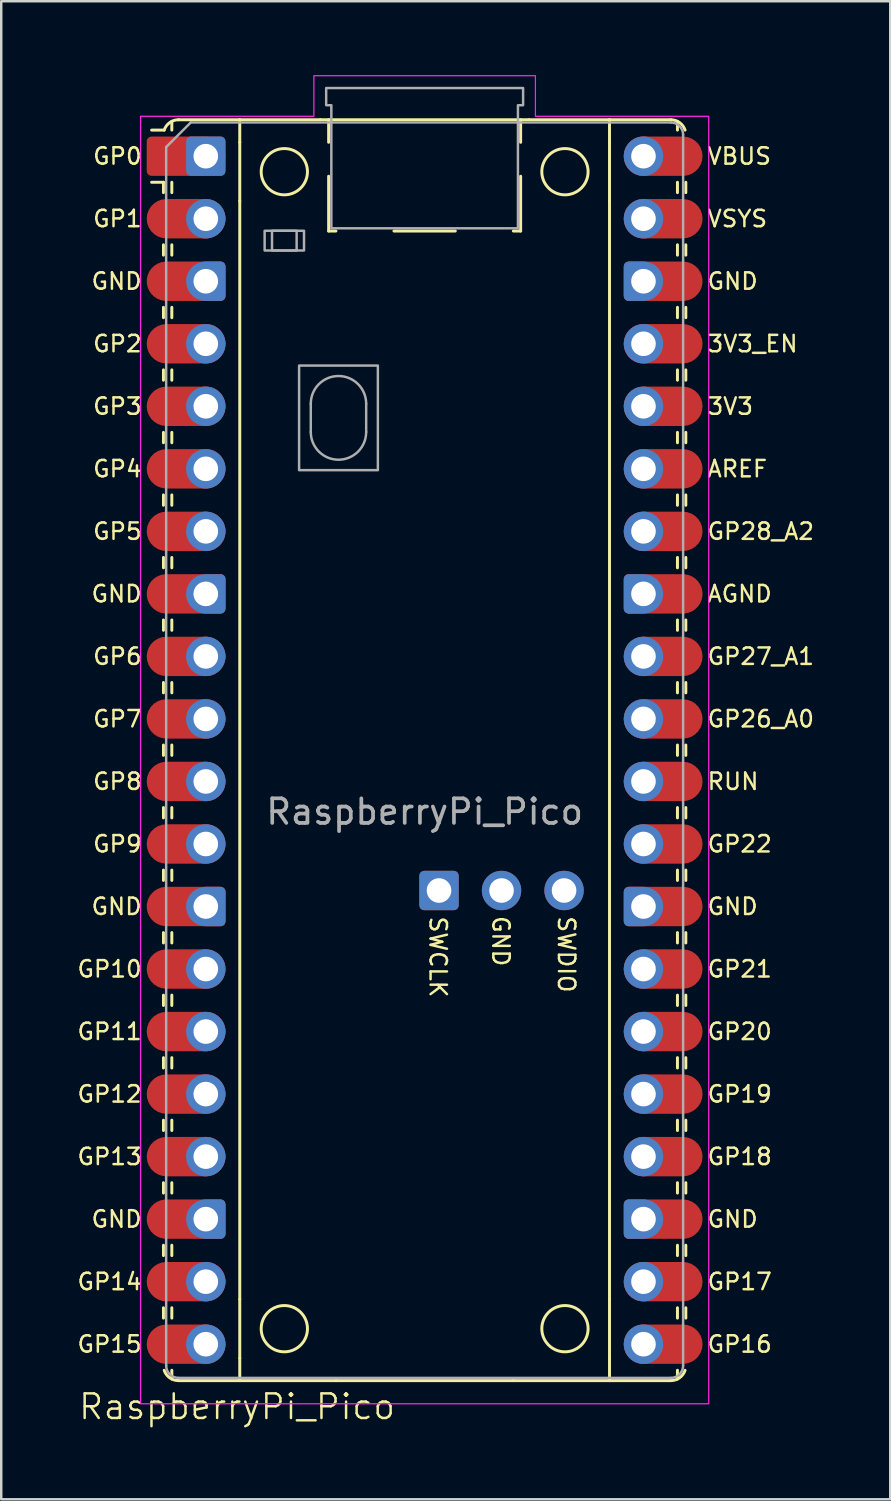
<source format=kicad_pcb>
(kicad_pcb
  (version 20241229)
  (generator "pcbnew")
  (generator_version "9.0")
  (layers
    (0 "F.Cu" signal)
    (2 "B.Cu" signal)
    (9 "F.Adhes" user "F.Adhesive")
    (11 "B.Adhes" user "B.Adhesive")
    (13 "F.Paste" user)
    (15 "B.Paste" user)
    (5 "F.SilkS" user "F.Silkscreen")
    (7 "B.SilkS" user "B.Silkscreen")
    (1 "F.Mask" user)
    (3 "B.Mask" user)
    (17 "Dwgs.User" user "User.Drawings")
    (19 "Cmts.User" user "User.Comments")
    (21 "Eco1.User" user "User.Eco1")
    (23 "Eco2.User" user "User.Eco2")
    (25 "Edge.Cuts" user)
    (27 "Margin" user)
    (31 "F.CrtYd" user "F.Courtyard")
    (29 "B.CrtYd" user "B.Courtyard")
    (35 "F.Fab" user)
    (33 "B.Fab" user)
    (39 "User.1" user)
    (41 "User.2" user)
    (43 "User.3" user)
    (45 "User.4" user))
  (footprint "RaspberryPi_Pico"
    (layer "F.Cu")
    (at 14.2 27.425)
    (property "Reference" "RaspberryPi_Pico" (at -7.62 26.67 0) (unlocked yes) (layer "F.SilkS") (effects (font (size 1 1) (thickness 0.1))))
    (attr through_hole)
    (fp_line (start -10.61 -23.07) (end -11.09 -23.07) (stroke (width 0.12) (type solid)) (layer "F.SilkS"))
    (fp_line (start -10.61 -23.07) (end -10.61 -22.65) (stroke (width 0.12) (type solid)) (layer "F.SilkS"))
    (fp_line (start -10.61 -20.53) (end -10.61 -20.11) (stroke (width 0.12) (type solid)) (layer "F.SilkS"))
    (fp_line (start -10.61 -17.99) (end -10.61 -17.57) (stroke (width 0.12) (type solid)) (layer "F.SilkS"))
    (fp_line (start -10.61 -15.45) (end -10.61 -15.03) (stroke (width 0.12) (type solid)) (layer "F.SilkS"))
    (fp_line (start -10.61 -12.91) (end -10.61 -12.49) (stroke (width 0.12) (type solid)) (layer "F.SilkS"))
    (fp_line (start -10.61 -10.37) (end -10.61 -9.95) (stroke (width 0.12) (type solid)) (layer "F.SilkS"))
    (fp_line (start -10.61 -7.83) (end -10.61 -7.41) (stroke (width 0.12) (type solid)) (layer "F.SilkS"))
    (fp_line (start -10.61 -5.29) (end -10.61 -4.87) (stroke (width 0.12) (type solid)) (layer "F.SilkS"))
    (fp_line (start -10.61 -2.75) (end -10.61 -2.33) (stroke (width 0.12) (type solid)) (layer "F.SilkS"))
    (fp_line (start -10.61 -0.21) (end -10.61 0.21) (stroke (width 0.12) (type solid)) (layer "F.SilkS"))
    (fp_line (start -10.61 2.33) (end -10.61 2.75) (stroke (width 0.12) (type solid)) (layer "F.SilkS"))
    (fp_line (start -10.61 4.87) (end -10.61 5.29) (stroke (width 0.12) (type solid)) (layer "F.SilkS"))
    (fp_line (start -10.61 7.41) (end -10.61 7.83) (stroke (width 0.12) (type solid)) (layer "F.SilkS"))
    (fp_line (start -10.61 9.95) (end -10.61 10.37) (stroke (width 0.12) (type solid)) (layer "F.SilkS"))
    (fp_line (start -10.61 12.49) (end -10.61 12.91) (stroke (width 0.12) (type solid)) (layer "F.SilkS"))
    (fp_line (start -10.61 15.03) (end -10.61 15.45) (stroke (width 0.12) (type solid)) (layer "F.SilkS"))
    (fp_line (start -10.61 17.57) (end -10.61 17.99) (stroke (width 0.12) (type solid)) (layer "F.SilkS"))
    (fp_line (start -10.61 20.11) (end -10.61 20.53) (stroke (width 0.12) (type solid)) (layer "F.SilkS"))
    (fp_line (start -10.61 22.65) (end -10.61 23.07) (stroke (width 0.12) (type solid)) (layer "F.SilkS"))
    (fp_line (start -10.58 -25.19) (end -11.09 -25.19) (stroke (width 0.12) (type solid)) (layer "F.SilkS"))
    (fp_line (start -10.27 -25.19) (end -10.27 -25.547) (stroke (width 0.12) (type solid)) (layer "F.SilkS"))
    (fp_line (start -10.27 -23.07) (end -10.27 -22.65) (stroke (width 0.12) (type solid)) (layer "F.SilkS"))
    (fp_line (start -10.27 -20.53) (end -10.27 -20.11) (stroke (width 0.12) (type solid)) (layer "F.SilkS"))
    (fp_line (start -10.27 -17.99) (end -10.27 -17.57) (stroke (width 0.12) (type solid)) (layer "F.SilkS"))
    (fp_line (start -10.27 -15.45) (end -10.27 -15.03) (stroke (width 0.12) (type solid)) (layer "F.SilkS"))
    (fp_line (start -10.27 -12.91) (end -10.27 -12.49) (stroke (width 0.12) (type solid)) (layer "F.SilkS"))
    (fp_line (start -10.27 -10.37) (end -10.27 -9.95) (stroke (width 0.12) (type solid)) (layer "F.SilkS"))
    (fp_line (start -10.27 -7.83) (end -10.27 -7.41) (stroke (width 0.12) (type solid)) (layer "F.SilkS"))
    (fp_line (start -10.27 -5.29) (end -10.27 -4.87) (stroke (width 0.12) (type solid)) (layer "F.SilkS"))
    (fp_line (start -10.27 -2.75) (end -10.27 -2.33) (stroke (width 0.12) (type solid)) (layer "F.SilkS"))
    (fp_line (start -10.27 -0.21) (end -10.27 0.21) (stroke (width 0.12) (type solid)) (layer "F.SilkS"))
    (fp_line (start -10.27 2.33) (end -10.27 2.75) (stroke (width 0.12) (type solid)) (layer "F.SilkS"))
    (fp_line (start -10.27 4.87) (end -10.27 5.29) (stroke (width 0.12) (type solid)) (layer "F.SilkS"))
    (fp_line (start -10.27 7.41) (end -10.27 7.83) (stroke (width 0.12) (type solid)) (layer "F.SilkS"))
    (fp_line (start -10.27 9.95) (end -10.27 10.37) (stroke (width 0.12) (type solid)) (layer "F.SilkS"))
    (fp_line (start -10.27 12.49) (end -10.27 12.91) (stroke (width 0.12) (type solid)) (layer "F.SilkS"))
    (fp_line (start -10.27 15.03) (end -10.27 15.45) (stroke (width 0.12) (type solid)) (layer "F.SilkS"))
    (fp_line (start -10.27 17.57) (end -10.27 17.99) (stroke (width 0.12) (type solid)) (layer "F.SilkS"))
    (fp_line (start -10.27 20.11) (end -10.27 20.53) (stroke (width 0.12) (type solid)) (layer "F.SilkS"))
    (fp_line (start -10.27 22.65) (end -10.27 23.07) (stroke (width 0.12) (type solid)) (layer "F.SilkS"))
    (fp_line (start -10.27 25.19) (end -10.27 25.547) (stroke (width 0.12) (type solid)) (layer "F.SilkS"))
    (fp_line (start -10 -25.61) (end -7.51 -25.61) (stroke (width 0.12) (type solid)) (layer "F.SilkS"))
    (fp_line (start -10 25.61) (end -3.6 25.61) (stroke (width 0.12) (type solid)) (layer "F.SilkS"))
    (fp_line (start -7.51 -25.61) (end -7.51 -24.696) (stroke (width 0.12) (type solid)) (layer "F.SilkS"))
    (fp_line (start -7.51 -25.61) (end -4.235 -25.61) (stroke (width 0.12) (type solid)) (layer "F.SilkS"))
    (fp_line (start -7.51 -24.696) (end -7.51 -22.304) (stroke (width 0.12) (type solid)) (layer "F.SilkS"))
    (fp_line (start -7.51 -22.304) (end -7.51 22.304) (stroke (width 0.12) (type solid)) (layer "F.SilkS"))
    (fp_line (start -7.51 22.304) (end -7.51 24.696) (stroke (width 0.12) (type solid)) (layer "F.SilkS"))
    (fp_line (start -7.51 24.696) (end -7.51 25.61) (stroke (width 0.12) (type solid)) (layer "F.SilkS"))
    (fp_line (start -4.235 -25.61) (end 4.235 -25.61) (stroke (width 0.12) (type solid)) (layer "F.SilkS"))
    (fp_line (start -3.9 -25.61) (end -3.9 -24.694) (stroke (width 0.12) (type solid)) (layer "F.SilkS"))
    (fp_line (start -3.9 -23.315) (end -3.9 -21.09) (stroke (width 0.12) (type solid)) (layer "F.SilkS"))
    (fp_line (start -3.9 -21.09) (end -3.604 -21.09) (stroke (width 0.12) (type solid)) (layer "F.SilkS"))
    (fp_line (start -1.246 -21.09) (end 1.246 -21.09) (stroke (width 0.12) (type solid)) (layer "F.SilkS"))
    (fp_line (start 3.6 25.61) (end -3.6 25.61) (stroke (width 0.12) (type solid)) (layer "F.SilkS"))
    (fp_line (start 3.6 25.61) (end 10 25.61) (stroke (width 0.12) (type solid)) (layer "F.SilkS"))
    (fp_line (start 3.604 -21.09) (end 3.9 -21.09) (stroke (width 0.12) (type solid)) (layer "F.SilkS"))
    (fp_line (start 3.9 -25.61) (end 3.9 -24.694) (stroke (width 0.12) (type solid)) (layer "F.SilkS"))
    (fp_line (start 3.9 -23.315) (end 3.9 -21.09) (stroke (width 0.12) (type solid)) (layer "F.SilkS"))
    (fp_line (start 4.235 -25.61) (end 7.51 -25.61) (stroke (width 0.12) (type solid)) (layer "F.SilkS"))
    (fp_line (start 7.51 -25.61) (end 7.51 -24.696) (stroke (width 0.12) (type solid)) (layer "F.SilkS"))
    (fp_line (start 7.51 -24.696) (end 7.51 -22.304) (stroke (width 0.12) (type solid)) (layer "F.SilkS"))
    (fp_line (start 7.51 -22.304) (end 7.51 22.304) (stroke (width 0.12) (type solid)) (layer "F.SilkS"))
    (fp_line (start 7.51 22.304) (end 7.51 24.696) (stroke (width 0.12) (type solid)) (layer "F.SilkS"))
    (fp_line (start 7.51 24.696) (end 7.51 25.61) (stroke (width 0.12) (type solid)) (layer "F.SilkS"))
    (fp_line (start 10 -25.61) (end 7.51 -25.61) (stroke (width 0.12) (type solid)) (layer "F.SilkS"))
    (fp_line (start 10.27 -25.19) (end 10.27 -25.547) (stroke (width 0.12) (type solid)) (layer "F.SilkS"))
    (fp_line (start 10.27 -23.07) (end 10.27 -22.65) (stroke (width 0.12) (type solid)) (layer "F.SilkS"))
    (fp_line (start 10.27 -20.53) (end 10.27 -20.11) (stroke (width 0.12) (type solid)) (layer "F.SilkS"))
    (fp_line (start 10.27 -17.99) (end 10.27 -17.57) (stroke (width 0.12) (type solid)) (layer "F.SilkS"))
    (fp_line (start 10.27 -15.45) (end 10.27 -15.03) (stroke (width 0.12) (type solid)) (layer "F.SilkS"))
    (fp_line (start 10.27 -12.91) (end 10.27 -12.49) (stroke (width 0.12) (type solid)) (layer "F.SilkS"))
    (fp_line (start 10.27 -10.37) (end 10.27 -9.95) (stroke (width 0.12) (type solid)) (layer "F.SilkS"))
    (fp_line (start 10.27 -7.83) (end 10.27 -7.41) (stroke (width 0.12) (type solid)) (layer "F.SilkS"))
    (fp_line (start 10.27 -5.29) (end 10.27 -4.87) (stroke (width 0.12) (type solid)) (layer "F.SilkS"))
    (fp_line (start 10.27 -2.75) (end 10.27 -2.33) (stroke (width 0.12) (type solid)) (layer "F.SilkS"))
    (fp_line (start 10.27 -0.21) (end 10.27 0.21) (stroke (width 0.12) (type solid)) (layer "F.SilkS"))
    (fp_line (start 10.27 2.33) (end 10.27 2.75) (stroke (width 0.12) (type solid)) (layer "F.SilkS"))
    (fp_line (start 10.27 4.87) (end 10.27 5.29) (stroke (width 0.12) (type solid)) (layer "F.SilkS"))
    (fp_line (start 10.27 7.41) (end 10.27 7.83) (stroke (width 0.12) (type solid)) (layer "F.SilkS"))
    (fp_line (start 10.27 9.95) (end 10.27 10.37) (stroke (width 0.12) (type solid)) (layer "F.SilkS"))
    (fp_line (start 10.27 12.49) (end 10.27 12.91) (stroke (width 0.12) (type solid)) (layer "F.SilkS"))
    (fp_line (start 10.27 15.03) (end 10.27 15.45) (stroke (width 0.12) (type solid)) (layer "F.SilkS"))
    (fp_line (start 10.27 17.57) (end 10.27 17.99) (stroke (width 0.12) (type solid)) (layer "F.SilkS"))
    (fp_line (start 10.27 20.11) (end 10.27 20.53) (stroke (width 0.12) (type solid)) (layer "F.SilkS"))
    (fp_line (start 10.27 22.65) (end 10.27 23.07) (stroke (width 0.12) (type solid)) (layer "F.SilkS"))
    (fp_line (start 10.27 25.19) (end 10.27 25.547) (stroke (width 0.12) (type solid)) (layer "F.SilkS"))
    (fp_line (start 10.61 -23.07) (end 10.61 -22.65) (stroke (width 0.12) (type solid)) (layer "F.SilkS"))
    (fp_line (start 10.61 -20.53) (end 10.61 -20.11) (stroke (width 0.12) (type solid)) (layer "F.SilkS"))
    (fp_line (start 10.61 -17.99) (end 10.61 -17.57) (stroke (width 0.12) (type solid)) (layer "F.SilkS"))
    (fp_line (start 10.61 -15.45) (end 10.61 -15.03) (stroke (width 0.12) (type solid)) (layer "F.SilkS"))
    (fp_line (start 10.61 -12.91) (end 10.61 -12.49) (stroke (width 0.12) (type solid)) (layer "F.SilkS"))
    (fp_line (start 10.61 -10.37) (end 10.61 -9.95) (stroke (width 0.12) (type solid)) (layer "F.SilkS"))
    (fp_line (start 10.61 -7.83) (end 10.61 -7.41) (stroke (width 0.12) (type solid)) (layer "F.SilkS"))
    (fp_line (start 10.61 -5.29) (end 10.61 -4.87) (stroke (width 0.12) (type solid)) (layer "F.SilkS"))
    (fp_line (start 10.61 -2.75) (end 10.61 -2.33) (stroke (width 0.12) (type solid)) (layer "F.SilkS"))
    (fp_line (start 10.61 -0.21) (end 10.61 0.21) (stroke (width 0.12) (type solid)) (layer "F.SilkS"))
    (fp_line (start 10.61 2.33) (end 10.61 2.75) (stroke (width 0.12) (type solid)) (layer "F.SilkS"))
    (fp_line (start 10.61 4.87) (end 10.61 5.29) (stroke (width 0.12) (type solid)) (layer "F.SilkS"))
    (fp_line (start 10.61 7.41) (end 10.61 7.83) (stroke (width 0.12) (type solid)) (layer "F.SilkS"))
    (fp_line (start 10.61 9.95) (end 10.61 10.37) (stroke (width 0.12) (type solid)) (layer "F.SilkS"))
    (fp_line (start 10.61 12.49) (end 10.61 12.91) (stroke (width 0.12) (type solid)) (layer "F.SilkS"))
    (fp_line (start 10.61 15.03) (end 10.61 15.45) (stroke (width 0.12) (type solid)) (layer "F.SilkS"))
    (fp_line (start 10.61 17.57) (end 10.61 17.99) (stroke (width 0.12) (type solid)) (layer "F.SilkS"))
    (fp_line (start 10.61 20.11) (end 10.61 20.53) (stroke (width 0.12) (type solid)) (layer "F.SilkS"))
    (fp_line (start 10.61 22.65) (end 10.61 23.07) (stroke (width 0.12) (type solid)) (layer "F.SilkS"))
    (fp_arc (start -10.579676 -25.19) (mid -10.357938 -25.493944) (end -10 -25.61) (stroke (width 0.12) (type solid)) (layer "F.SilkS"))
    (fp_arc (start -10 25.61) (mid -10.357937 25.493944) (end -10.579676 25.189937) (stroke (width 0.12) (type solid)) (layer "F.SilkS"))
    (fp_arc (start 10 -25.61) (mid 10.357937 -25.493944) (end 10.579676 -25.189937) (stroke (width 0.12) (type solid)) (layer "F.SilkS"))
    (fp_arc (start 10.579676 25.189937) (mid 10.357947 25.493958) (end 10 25.61) (stroke (width 0.12) (type solid)) (layer "F.SilkS"))
    (fp_circle (center -5.7 -23.5) (end -4.76 -23.5) (stroke (width 0.12) (type solid)) (fill no) (layer "F.SilkS"))
    (fp_circle (center -5.7 23.5) (end -4.76 23.5) (stroke (width 0.12) (type solid)) (fill no) (layer "F.SilkS"))
    (fp_circle (center 5.7 -23.5) (end 6.64 -23.5) (stroke (width 0.12) (type solid)) (fill no) (layer "F.SilkS"))
    (fp_circle (center 5.7 23.5) (end 6.64 23.5) (stroke (width 0.12) (type solid)) (fill no) (layer "F.SilkS"))
    (fp_poly (pts (xy -4.5 -27.4) (xy 4.5 -27.4) (xy 4.5 -25.75) (xy 11.54 -25.75) (xy 11.54 26.55) (xy -11.54 26.55) (xy -11.54 -25.75) (xy -4.5 -25.75)) (stroke (width 0.05) (type solid)) (fill no) (layer "F.CrtYd"))
    (fp_line (start -10.5 -24.5) (end -9.5 -25.5) (stroke (width 0.1) (type solid)) (layer "F.Fab"))
    (fp_line (start -10.5 25) (end -10.5 -24.5) (stroke (width 0.1) (type solid)) (layer "F.Fab"))
    (fp_line (start -9.5 -25.5) (end 10 -25.5) (stroke (width 0.1) (type solid)) (layer "F.Fab"))
    (fp_line (start -4.625 -14.075) (end -4.625 -12.925) (stroke (width 0.1) (type solid)) (layer "F.Fab"))
    (fp_line (start -2.375 -14.075) (end -2.375 -12.925) (stroke (width 0.1) (type solid)) (layer "F.Fab"))
    (fp_line (start 10 25.5) (end -10 25.5) (stroke (width 0.1) (type solid)) (layer "F.Fab"))
    (fp_line (start 10.5 -25) (end 10.5 25) (stroke (width 0.1) (type solid)) (layer "F.Fab"))
    (fp_rect (start -6.5 -21.1) (end -4.9 -20.3) (stroke (width 0.1) (type solid)) (fill no) (layer "F.Fab"))
    (fp_rect (start -6.2 -21.1) (end -5.2 -20.3) (stroke (width 0.1) (type solid)) (fill no) (layer "F.Fab"))
    (fp_rect (start -5.1 -15.625) (end -1.9 -11.375) (stroke (width 0.1) (type solid)) (fill no) (layer "F.Fab"))
    (fp_arc (start -10 25.5) (mid -10.353553 25.353553) (end -10.5 25) (stroke (width 0.1) (type solid)) (layer "F.Fab"))
    (fp_arc (start -4.625 -14.075) (mid -3.5 -15.2) (end -2.375 -14.075) (stroke (width 0.1) (type solid)) (layer "F.Fab"))
    (fp_arc (start -2.375 -12.925) (mid -3.5 -11.8) (end -4.625 -12.925) (stroke (width 0.1) (type solid)) (layer "F.Fab"))
    (fp_arc (start 10 -25.5) (mid 10.353553 -25.353553) (end 10.5 -25) (stroke (width 0.1) (type solid)) (layer "F.Fab"))
    (fp_arc (start 10.5 25) (mid 10.353553 25.353553) (end 10 25.5) (stroke (width 0.1) (type solid)) (layer "F.Fab"))
    (fp_poly (pts (xy 3.79 -21.2) (xy 3.79 -26.2) (xy 4 -26.2) (xy 4 -26.9) (xy -4 -26.9) (xy -4 -26.2) (xy -3.79 -26.2) (xy -3.79 -21.2)) (stroke (width 0.1) (type solid)) (fill no) (layer "F.Fab"))
    (fp_text user "GND" (at 11.43 -19.05 0) (unlocked yes) (layer "F.SilkS") (effects (font (size 0.667 0.667) (thickness 0.1)) (justify left)))
    (fp_text user "SWDIO" (at 5.37 6.687 270) (unlocked yes) (layer "F.SilkS") (effects (font (size 0.667 0.667) (thickness 0.1)) (justify left bottom)))
    (fp_text user "GND" (at 11.43 6.35 0) (unlocked yes) (layer "F.SilkS") (effects (font (size 0.667 0.667) (thickness 0.1)) (justify left)))
    (fp_text user "GP4" (at -11.43 -11.43 0) (unlocked yes) (layer "F.SilkS") (effects (font (size 0.667 0.667) (thickness 0.1)) (justify right)))
    (fp_text user "AGND" (at 11.43 -6.35 0) (unlocked yes) (layer "F.SilkS") (effects (font (size 0.667 0.667) (thickness 0.1)) (justify left)))
    (fp_text user "GP3" (at -11.43 -13.97 0) (unlocked yes) (layer "F.SilkS") (effects (font (size 0.667 0.667) (thickness 0.1)) (justify right)))
    (fp_text user "GP15" (at -11.43 24.13 0) (unlocked yes) (layer "F.SilkS") (effects (font (size 0.667 0.667) (thickness 0.1)) (justify right)))
    (fp_text user "GP6" (at -11.43 -3.81 0) (unlocked yes) (layer "F.SilkS") (effects (font (size 0.667 0.667) (thickness 0.1)) (justify right)))
    (fp_text user "GP16" (at 11.43 24.13 0) (unlocked yes) (layer "F.SilkS") (effects (font (size 0.667 0.667) (thickness 0.1)) (justify left)))
    (fp_text user "GP22" (at 11.43 3.81 0) (unlocked yes) (layer "F.SilkS") (effects (font (size 0.667 0.667) (thickness 0.1)) (justify left)))
    (fp_text user "VBUS" (at 11.43 -24.13 0) (unlocked yes) (layer "F.SilkS") (effects (font (size 0.667 0.667) (thickness 0.1)) (justify left)))
    (fp_text user "GP19" (at 11.43 13.97 0) (unlocked yes) (layer "F.SilkS") (effects (font (size 0.667 0.667) (thickness 0.1)) (justify left)))
    (fp_text user "GP14" (at -11.43 21.59 0) (unlocked yes) (layer "F.SilkS") (effects (font (size 0.667 0.667) (thickness 0.1)) (justify right)))
    (fp_text user "GP13" (at -11.43 16.51 0) (unlocked yes) (layer "F.SilkS") (effects (font (size 0.667 0.667) (thickness 0.1)) (justify right)))
    (fp_text user "GP10" (at -11.43 8.89 0) (unlocked yes) (layer "F.SilkS") (effects (font (size 0.667 0.667) (thickness 0.1)) (justify right)))
    (fp_text user "GP7" (at -11.43 -1.27 0) (unlocked yes) (layer "F.SilkS") (effects (font (size 0.667 0.667) (thickness 0.1)) (justify right)))
    (fp_text user "GP21" (at 11.43 8.89 0) (unlocked yes) (layer "F.SilkS") (effects (font (size 0.667 0.667) (thickness 0.1)) (justify left)))
    (fp_text user "GND" (at -11.43 -19.05 0) (unlocked yes) (layer "F.SilkS") (effects (font (size 0.667 0.667) (thickness 0.1)) (justify right)))
    (fp_text user "GND" (at -11.43 19.05 0) (unlocked yes) (layer "F.SilkS") (effects (font (size 0.667 0.667) (thickness 0.1)) (justify right)))
    (fp_text user "3V3" (at 11.43 -13.97 0) (unlocked yes) (layer "F.SilkS") (effects (font (size 0.667 0.667) (thickness 0.1)) (justify left)))
    (fp_text user "GP27_A1" (at 11.43 -3.81 0) (unlocked yes) (layer "F.SilkS") (effects (font (size 0.667 0.667) (thickness 0.1)) (justify left)))
    (fp_text user "GP28_A2" (at 11.43 -8.89 0) (unlocked yes) (layer "F.SilkS") (effects (font (size 0.667 0.667) (thickness 0.1)) (justify left)))
    (fp_text user "GP5" (at -11.43 -8.89 0) (unlocked yes) (layer "F.SilkS") (effects (font (size 0.667 0.667) (thickness 0.1)) (justify right)))
    (fp_text user "GND" (at 11.43 19.05 0) (unlocked yes) (layer "F.SilkS") (effects (font (size 0.667 0.667) (thickness 0.1)) (justify left)))
    (fp_text user "AREF" (at 11.43 -11.43 0) (unlocked yes) (layer "F.SilkS") (effects (font (size 0.667 0.667) (thickness 0.1)) (justify left)))
    (fp_text user "GP12" (at -11.43 13.97 0) (unlocked yes) (layer "F.SilkS") (effects (font (size 0.667 0.667) (thickness 0.1)) (justify right)))
    (fp_text user "GND" (at -11.43 6.35 0) (unlocked yes) (layer "F.SilkS") (effects (font (size 0.667 0.667) (thickness 0.1)) (justify right)))
    (fp_text user "GP17" (at 11.43 21.59 0) (unlocked yes) (layer "F.SilkS") (effects (font (size 0.667 0.667) (thickness 0.1)) (justify left)))
    (fp_text user "3V3_EN" (at 11.43 -16.51 0) (unlocked yes) (layer "F.SilkS") (effects (font (size 0.667 0.667) (thickness 0.1)) (justify left)))
    (fp_text user "RUN" (at 11.43 1.27 0) (unlocked yes) (layer "F.SilkS") (effects (font (size 0.667 0.667) (thickness 0.1)) (justify left)))
    (fp_text user "GP20" (at 11.43 11.43 0) (unlocked yes) (layer "F.SilkS") (effects (font (size 0.667 0.667) (thickness 0.1)) (justify left)))
    (fp_text user "GND" (at 2.704 6.674 270) (unlocked yes) (layer "F.SilkS") (effects (font (size 0.667 0.667) (thickness 0.1)) (justify left bottom)))
    (fp_text user "VSYS" (at 11.43 -21.59 0) (unlocked yes) (layer "F.SilkS") (effects (font (size 0.667 0.667) (thickness 0.1)) (justify left)))
    (fp_text user "GP8" (at -11.43 1.27 0) (unlocked yes) (layer "F.SilkS") (effects (font (size 0.667 0.667) (thickness 0.1)) (justify right)))
    (fp_text user "GP18" (at 11.43 16.51 0) (unlocked yes) (layer "F.SilkS") (effects (font (size 0.667 0.667) (thickness 0.1)) (justify left)))
    (fp_text user "GP11" (at -11.43 11.43 0) (unlocked yes) (layer "F.SilkS") (effects (font (size 0.667 0.667) (thickness 0.1)) (justify right)))
    (fp_text user "GND" (at -11.43 -6.35 0) (unlocked yes) (layer "F.SilkS") (effects (font (size 0.667 0.667) (thickness 0.1)) (justify right)))
    (fp_text user "GP0" (at -11.43 -24.13 0) (unlocked yes) (layer "F.SilkS") (effects (font (size 0.667 0.667) (thickness 0.1)) (justify right)))
    (fp_text user "GP9" (at -11.43 3.81 0) (unlocked yes) (layer "F.SilkS") (effects (font (size 0.667 0.667) (thickness 0.1)) (justify right)))
    (fp_text user "GP26_A0" (at 11.43 -1.27 0) (unlocked yes) (layer "F.SilkS") (effects (font (size 0.667 0.667) (thickness 0.1)) (justify left)))
    (fp_text user "SWCLK" (at 0.154 6.698 270) (unlocked yes) (layer "F.SilkS") (effects (font (size 0.667 0.667) (thickness 0.1)) (justify left bottom)))
    (fp_text user "GP2" (at -11.43 -16.51 0) (unlocked yes) (layer "F.SilkS") (effects (font (size 0.667 0.667) (thickness 0.1)) (justify right)))
    (fp_text user "GP1" (at -11.43 -21.59 0) (unlocked yes) (layer "F.SilkS") (effects (font (size 0.667 0.667) (thickness 0.1)) (justify right)))
    (fp_text user "${REFERENCE}" (at 0 2.5 0) (unlocked yes) (layer "F.Fab") (effects (font (size 1 1) (thickness 0.15))))
    (pad "1" thru_hole roundrect (at -8.89 -24.13) (size 1.6 1.6) (drill 1) (layers "*.Cu" "*.Mask") (roundrect_rratio 0.125))
    (pad "1" smd custom (at -8.89 -24.13) (size 1.6 1.6) (layers "F.Cu" "F.Mask") (options (anchor circle)) (primitives (gr_poly (pts (xy -2.4 0.6) (xy -2.4 -0.6) (xy -2.2 -0.8) (xy 0 -0.8) (xy 0 0.8) (xy -2.2 0.8)) (width 0) (fill yes)) (gr_circle (center -2.2 0.6) (end -2 0.6) (width 0) (fill yes)) (gr_circle (center -2.2 -0.6) (end -2 -0.6) (width 0) (fill yes))))
    (pad "2" thru_hole circle (at -8.89 -21.59) (size 1.6 1.6) (drill 1) (layers "*.Cu" "*.Mask"))
    (pad "2" smd roundrect (at -8.89 -21.59) (size 3.2 1.6) (drill (offset -0.8 0)) (layers "F.Cu" "F.Mask") (roundrect_rratio 0.5))
    (pad "3" smd custom (at -8.89 -19.05) (size 1.6 1.6) (layers "F.Cu" "F.Mask") (options (anchor circle)) (primitives (gr_poly (pts (xy 0.8 -0.6) (xy 0.8 0.6) (xy 0.6 0.8) (xy -1.6 0.8) (xy -1.6 -0.8) (xy 0.6 -0.8)) (width 0) (fill yes)) (gr_circle (center 0.6 0.6) (end 0.8 0.6) (width 0) (fill yes)) (gr_circle (center 0.6 -0.6) (end 0.8 -0.6) (width 0) (fill yes)) (gr_circle (center -1.6 0) (end -0.8 0) (width 0) (fill yes))))
    (pad "3" thru_hole custom (at -8.89 -19.05) (size 1.6 1.6) (drill 1) (layers "*.Cu" "*.Mask") (options (anchor circle)) (primitives (gr_poly (pts (xy 0.8 0.6) (xy 0.8 -0.6) (xy 0.6 -0.8) (xy 0 -0.8) (xy 0 0.8) (xy 0.6 0.8)) (width 0) (fill yes)) (gr_circle (center 0.6 0.6) (end 0.8 0.6) (width 0) (fill yes)) (gr_circle (center 0.6 -0.6) (end 0.8 -0.6) (width 0) (fill yes))))
    (pad "4" thru_hole circle (at -8.89 -16.51) (size 1.6 1.6) (drill 1) (layers "*.Cu" "*.Mask"))
    (pad "4" smd roundrect (at -8.89 -16.51) (size 3.2 1.6) (drill (offset -0.8 0)) (layers "F.Cu" "F.Mask") (roundrect_rratio 0.5))
    (pad "5" thru_hole circle (at -8.89 -13.97) (size 1.6 1.6) (drill 1) (layers "*.Cu" "*.Mask"))
    (pad "5" smd roundrect (at -8.89 -13.97) (size 3.2 1.6) (drill (offset -0.8 0)) (layers "F.Cu" "F.Mask") (roundrect_rratio 0.5))
    (pad "6" thru_hole circle (at -8.89 -11.43) (size 1.6 1.6) (drill 1) (layers "*.Cu" "*.Mask"))
    (pad "6" smd roundrect (at -8.89 -11.43) (size 3.2 1.6) (drill (offset -0.8 0)) (layers "F.Cu" "F.Mask") (roundrect_rratio 0.5))
    (pad "7" thru_hole circle (at -8.89 -8.89) (size 1.6 1.6) (drill 1) (layers "*.Cu" "*.Mask"))
    (pad "7" smd roundrect (at -8.89 -8.89) (size 3.2 1.6) (drill (offset -0.8 0)) (layers "F.Cu" "F.Mask") (roundrect_rratio 0.5))
    (pad "8" smd custom (at -8.89 -6.35) (size 1.6 1.6) (layers "F.Cu" "F.Mask") (options (anchor circle)) (primitives (gr_poly (pts (xy 0.8 -0.6) (xy 0.8 0.6) (xy 0.6 0.8) (xy -1.6 0.8) (xy -1.6 -0.8) (xy 0.6 -0.8)) (width 0) (fill yes)) (gr_circle (center 0.6 0.6) (end 0.8 0.6) (width 0) (fill yes)) (gr_circle (center 0.6 -0.6) (end 0.8 -0.6) (width 0) (fill yes)) (gr_circle (center -1.6 0) (end -0.8 0) (width 0) (fill yes))))
    (pad "8" thru_hole custom (at -8.89 -6.35) (size 1.6 1.6) (drill 1) (layers "*.Cu" "*.Mask") (options (anchor circle)) (primitives (gr_poly (pts (xy 0.8 0.6) (xy 0.8 -0.6) (xy 0.6 -0.8) (xy 0 -0.8) (xy 0 0.8) (xy 0.6 0.8)) (width 0) (fill yes)) (gr_circle (center 0.6 0.6) (end 0.8 0.6) (width 0) (fill yes)) (gr_circle (center 0.6 -0.6) (end 0.8 -0.6) (width 0) (fill yes))))
    (pad "9" thru_hole circle (at -8.89 -3.81) (size 1.6 1.6) (drill 1) (layers "*.Cu" "*.Mask"))
    (pad "9" smd roundrect (at -8.89 -3.81) (size 3.2 1.6) (drill (offset -0.8 0)) (layers "F.Cu" "F.Mask") (roundrect_rratio 0.5))
    (pad "10" thru_hole circle (at -8.89 -1.27) (size 1.6 1.6) (drill 1) (layers "*.Cu" "*.Mask"))
    (pad "10" smd roundrect (at -8.89 -1.27) (size 3.2 1.6) (drill (offset -0.8 0)) (layers "F.Cu" "F.Mask") (roundrect_rratio 0.5))
    (pad "11" thru_hole circle (at -8.89 1.27) (size 1.6 1.6) (drill 1) (layers "*.Cu" "*.Mask"))
    (pad "11" smd roundrect (at -8.89 1.27) (size 3.2 1.6) (drill (offset -0.8 0)) (layers "F.Cu" "F.Mask") (roundrect_rratio 0.5))
    (pad "12" thru_hole circle (at -8.89 3.81) (size 1.6 1.6) (drill 1) (layers "*.Cu" "*.Mask"))
    (pad "12" smd roundrect (at -8.89 3.81) (size 3.2 1.6) (drill (offset -0.8 0)) (layers "F.Cu" "F.Mask") (roundrect_rratio 0.5))
    (pad "13" smd custom (at -8.89 6.35) (size 1.6 1.6) (layers "F.Cu" "F.Mask") (options (anchor circle)) (primitives (gr_poly (pts (xy 0.8 -0.6) (xy 0.8 0.6) (xy 0.6 0.8) (xy -1.6 0.8) (xy -1.6 -0.8) (xy 0.6 -0.8)) (width 0) (fill yes)) (gr_circle (center 0.6 0.6) (end 0.8 0.6) (width 0) (fill yes)) (gr_circle (center 0.6 -0.6) (end 0.8 -0.6) (width 0) (fill yes)) (gr_circle (center -1.6 0) (end -0.8 0) (width 0) (fill yes))))
    (pad "13" thru_hole custom (at -8.89 6.35) (size 1.6 1.6) (drill 1) (layers "*.Cu" "*.Mask") (options (anchor circle)) (primitives (gr_poly (pts (xy 0.8 0.6) (xy 0.8 -0.6) (xy 0.6 -0.8) (xy 0 -0.8) (xy 0 0.8) (xy 0.6 0.8)) (width 0) (fill yes)) (gr_circle (center 0.6 0.6) (end 0.8 0.6) (width 0) (fill yes)) (gr_circle (center 0.6 -0.6) (end 0.8 -0.6) (width 0) (fill yes))))
    (pad "14" thru_hole circle (at -8.89 8.89) (size 1.6 1.6) (drill 1) (layers "*.Cu" "*.Mask"))
    (pad "14" smd roundrect (at -8.89 8.89) (size 3.2 1.6) (drill (offset -0.8 0)) (layers "F.Cu" "F.Mask") (roundrect_rratio 0.5))
    (pad "15" thru_hole circle (at -8.89 11.43) (size 1.6 1.6) (drill 1) (layers "*.Cu" "*.Mask"))
    (pad "15" smd roundrect (at -8.89 11.43) (size 3.2 1.6) (drill (offset -0.8 0)) (layers "F.Cu" "F.Mask") (roundrect_rratio 0.5))
    (pad "16" thru_hole circle (at -8.89 13.97) (size 1.6 1.6) (drill 1) (layers "*.Cu" "*.Mask"))
    (pad "16" smd roundrect (at -8.89 13.97) (size 3.2 1.6) (drill (offset -0.8 0)) (layers "F.Cu" "F.Mask") (roundrect_rratio 0.5))
    (pad "17" thru_hole circle (at -8.89 16.51) (size 1.6 1.6) (drill 1) (layers "*.Cu" "*.Mask"))
    (pad "17" smd roundrect (at -8.89 16.51) (size 3.2 1.6) (drill (offset -0.8 0)) (layers "F.Cu" "F.Mask") (roundrect_rratio 0.5))
    (pad "18" smd custom (at -8.89 19.05) (size 1.6 1.6) (layers "F.Cu" "F.Mask") (options (anchor circle)) (primitives (gr_poly (pts (xy 0.8 -0.6) (xy 0.8 0.6) (xy 0.6 0.8) (xy -1.6 0.8) (xy -1.6 -0.8) (xy 0.6 -0.8)) (width 0) (fill yes)) (gr_circle (center 0.6 0.6) (end 0.8 0.6) (width 0) (fill yes)) (gr_circle (center 0.6 -0.6) (end 0.8 -0.6) (width 0) (fill yes)) (gr_circle (center -1.6 0) (end -0.8 0) (width 0) (fill yes))))
    (pad "18" thru_hole custom (at -8.89 19.05) (size 1.6 1.6) (drill 1) (layers "*.Cu" "*.Mask") (options (anchor circle)) (primitives (gr_poly (pts (xy 0.8 0.6) (xy 0.8 -0.6) (xy 0.6 -0.8) (xy 0 -0.8) (xy 0 0.8) (xy 0.6 0.8)) (width 0) (fill yes)) (gr_circle (center 0.6 0.6) (end 0.8 0.6) (width 0) (fill yes)) (gr_circle (center 0.6 -0.6) (end 0.8 -0.6) (width 0) (fill yes))))
    (pad "19" thru_hole circle (at -8.89 21.59) (size 1.6 1.6) (drill 1) (layers "*.Cu" "*.Mask"))
    (pad "19" smd roundrect (at -8.89 21.59) (size 3.2 1.6) (drill (offset -0.8 0)) (layers "F.Cu" "F.Mask") (roundrect_rratio 0.5))
    (pad "20" thru_hole circle (at -8.89 24.13) (size 1.6 1.6) (drill 1) (layers "*.Cu" "*.Mask"))
    (pad "20" smd roundrect (at -8.89 24.13) (size 3.2 1.6) (drill (offset -0.8 0)) (layers "F.Cu" "F.Mask") (roundrect_rratio 0.5))
    (pad "21" thru_hole circle (at 8.89 24.13) (size 1.6 1.6) (drill 1) (layers "*.Cu" "*.Mask"))
    (pad "21" smd roundrect (at 8.89 24.13) (size 3.2 1.6) (drill (offset 0.8 0)) (layers "F.Cu" "F.Mask") (roundrect_rratio 0.5))
    (pad "22" thru_hole circle (at 8.89 21.59) (size 1.6 1.6) (drill 1) (layers "*.Cu" "*.Mask"))
    (pad "22" smd roundrect (at 8.89 21.59) (size 3.2 1.6) (drill (offset 0.8 0)) (layers "F.Cu" "F.Mask") (roundrect_rratio 0.5))
    (pad "23" smd custom (at 8.89 19.05) (size 1.6 1.6) (layers "F.Cu" "F.Mask") (options (anchor circle)) (primitives (gr_poly (pts (xy -0.8 -0.6) (xy -0.8 0.6) (xy -0.6 0.8) (xy 1.6 0.8) (xy 1.6 -0.8) (xy -0.6 -0.8)) (width 0) (fill yes)) (gr_circle (center -0.6 0.6) (end -0.4 0.6) (width 0) (fill yes)) (gr_circle (center -0.6 -0.6) (end -0.4 -0.6) (width 0) (fill yes)) (gr_circle (center 1.6 0) (end 2.4 0) (width 0) (fill yes))))
    (pad "23" thru_hole custom (at 8.89 19.05) (size 1.6 1.6) (drill 1) (layers "*.Cu" "*.Mask") (options (anchor circle)) (primitives (gr_poly (pts (xy -0.8 0.6) (xy -0.8 -0.6) (xy -0.6 -0.8) (xy 0 -0.8) (xy 0 0.8) (xy -0.6 0.8)) (width 0) (fill yes)) (gr_circle (center -0.6 0.6) (end -0.4 0.6) (width 0) (fill yes)) (gr_circle (center -0.6 -0.6) (end -0.4 -0.6) (width 0) (fill yes))))
    (pad "24" thru_hole circle (at 8.89 16.51) (size 1.6 1.6) (drill 1) (layers "*.Cu" "*.Mask"))
    (pad "24" smd roundrect (at 8.89 16.51) (size 3.2 1.6) (drill (offset 0.8 0)) (layers "F.Cu" "F.Mask") (roundrect_rratio 0.5))
    (pad "25" thru_hole circle (at 8.89 13.97) (size 1.6 1.6) (drill 1) (layers "*.Cu" "*.Mask"))
    (pad "25" smd roundrect (at 8.89 13.97) (size 3.2 1.6) (drill (offset 0.8 0)) (layers "F.Cu" "F.Mask") (roundrect_rratio 0.5))
    (pad "26" thru_hole circle (at 8.89 11.43) (size 1.6 1.6) (drill 1) (layers "*.Cu" "*.Mask"))
    (pad "26" smd roundrect (at 8.89 11.43) (size 3.2 1.6) (drill (offset 0.8 0)) (layers "F.Cu" "F.Mask") (roundrect_rratio 0.5))
    (pad "27" thru_hole circle (at 8.89 8.89) (size 1.6 1.6) (drill 1) (layers "*.Cu" "*.Mask"))
    (pad "27" smd roundrect (at 8.89 8.89) (size 3.2 1.6) (drill (offset 0.8 0)) (layers "F.Cu" "F.Mask") (roundrect_rratio 0.5))
    (pad "28" smd custom (at 8.89 6.35) (size 1.6 1.6) (layers "F.Cu" "F.Mask") (options (anchor circle)) (primitives (gr_poly (pts (xy -0.8 -0.6) (xy -0.8 0.6) (xy -0.6 0.8) (xy 1.6 0.8) (xy 1.6 -0.8) (xy -0.6 -0.8)) (width 0) (fill yes)) (gr_circle (center -0.6 0.6) (end -0.4 0.6) (width 0) (fill yes)) (gr_circle (center -0.6 -0.6) (end -0.4 -0.6) (width 0) (fill yes)) (gr_circle (center 1.6 0) (end 2.4 0) (width 0) (fill yes))))
    (pad "28" thru_hole custom (at 8.89 6.35) (size 1.6 1.6) (drill 1) (layers "*.Cu" "*.Mask") (options (anchor circle)) (primitives (gr_poly (pts (xy -0.8 0.6) (xy -0.8 -0.6) (xy -0.6 -0.8) (xy 0 -0.8) (xy 0 0.8) (xy -0.6 0.8)) (width 0) (fill yes)) (gr_circle (center -0.6 0.6) (end -0.4 0.6) (width 0) (fill yes)) (gr_circle (center -0.6 -0.6) (end -0.4 -0.6) (width 0) (fill yes))))
    (pad "29" thru_hole circle (at 8.89 3.81) (size 1.6 1.6) (drill 1) (layers "*.Cu" "*.Mask"))
    (pad "29" smd roundrect (at 8.89 3.81) (size 3.2 1.6) (drill (offset 0.8 0)) (layers "F.Cu" "F.Mask") (roundrect_rratio 0.5))
    (pad "30" thru_hole circle (at 8.89 1.27) (size 1.6 1.6) (drill 1) (layers "*.Cu" "*.Mask"))
    (pad "30" smd roundrect (at 8.89 1.27) (size 3.2 1.6) (drill (offset 0.8 0)) (layers "F.Cu" "F.Mask") (roundrect_rratio 0.5))
    (pad "31" thru_hole circle (at 8.89 -1.27) (size 1.6 1.6) (drill 1) (layers "*.Cu" "*.Mask"))
    (pad "31" smd roundrect (at 8.89 -1.27) (size 3.2 1.6) (drill (offset 0.8 0)) (layers "F.Cu" "F.Mask") (roundrect_rratio 0.5))
    (pad "32" thru_hole circle (at 8.89 -3.81) (size 1.6 1.6) (drill 1) (layers "*.Cu" "*.Mask"))
    (pad "32" smd roundrect (at 8.89 -3.81) (size 3.2 1.6) (drill (offset 0.8 0)) (layers "F.Cu" "F.Mask") (roundrect_rratio 0.5))
    (pad "33" smd custom (at 8.89 -6.35) (size 1.6 1.6) (layers "F.Cu" "F.Mask") (options (anchor circle)) (primitives (gr_poly (pts (xy -0.8 -0.6) (xy -0.8 0.6) (xy -0.6 0.8) (xy 1.6 0.8) (xy 1.6 -0.8) (xy -0.6 -0.8)) (width 0) (fill yes)) (gr_circle (center -0.6 0.6) (end -0.4 0.6) (width 0) (fill yes)) (gr_circle (center -0.6 -0.6) (end -0.4 -0.6) (width 0) (fill yes)) (gr_circle (center 1.6 0) (end 2.4 0) (width 0) (fill yes))))
    (pad "33" thru_hole custom (at 8.89 -6.35) (size 1.6 1.6) (drill 1) (layers "*.Cu" "*.Mask") (options (anchor circle)) (primitives (gr_poly (pts (xy -0.8 0.6) (xy -0.8 -0.6) (xy -0.6 -0.8) (xy 0 -0.8) (xy 0 0.8) (xy -0.6 0.8)) (width 0) (fill yes)) (gr_circle (center -0.6 0.6) (end -0.4 0.6) (width 0) (fill yes)) (gr_circle (center -0.6 -0.6) (end -0.4 -0.6) (width 0) (fill yes))))
    (pad "34" thru_hole circle (at 8.89 -8.89) (size 1.6 1.6) (drill 1) (layers "*.Cu" "*.Mask"))
    (pad "34" smd roundrect (at 8.89 -8.89) (size 3.2 1.6) (drill (offset 0.8 0)) (layers "F.Cu" "F.Mask") (roundrect_rratio 0.5))
    (pad "35" thru_hole circle (at 8.89 -11.43) (size 1.6 1.6) (drill 1) (layers "*.Cu" "*.Mask"))
    (pad "35" smd roundrect (at 8.89 -11.43) (size 3.2 1.6) (drill (offset 0.8 0)) (layers "F.Cu" "F.Mask") (roundrect_rratio 0.5))
    (pad "36" thru_hole circle (at 8.89 -13.97) (size 1.6 1.6) (drill 1) (layers "*.Cu" "*.Mask"))
    (pad "36" smd roundrect (at 8.89 -13.97) (size 3.2 1.6) (drill (offset 0.8 0)) (layers "F.Cu" "F.Mask") (roundrect_rratio 0.5))
    (pad "37" thru_hole circle (at 8.89 -16.51) (size 1.6 1.6) (drill 1) (layers "*.Cu" "*.Mask"))
    (pad "37" smd roundrect (at 8.89 -16.51) (size 3.2 1.6) (drill (offset 0.8 0)) (layers "F.Cu" "F.Mask") (roundrect_rratio 0.5))
    (pad "38" smd custom (at 8.89 -19.05) (size 1.6 1.6) (layers "F.Cu" "F.Mask") (options (anchor circle)) (primitives (gr_poly (pts (xy -0.8 -0.6) (xy -0.8 0.6) (xy -0.6 0.8) (xy 1.6 0.8) (xy 1.6 -0.8) (xy -0.6 -0.8)) (width 0) (fill yes)) (gr_circle (center -0.6 0.6) (end -0.4 0.6) (width 0) (fill yes)) (gr_circle (center -0.6 -0.6) (end -0.4 -0.6) (width 0) (fill yes)) (gr_circle (center 1.6 0) (end 2.4 0) (width 0) (fill yes))))
    (pad "38" thru_hole custom (at 8.89 -19.05) (size 1.6 1.6) (drill 1) (layers "*.Cu" "*.Mask") (options (anchor circle)) (primitives (gr_poly (pts (xy -0.8 0.6) (xy -0.8 -0.6) (xy -0.6 -0.8) (xy 0 -0.8) (xy 0 0.8) (xy -0.6 0.8)) (width 0) (fill yes)) (gr_circle (center -0.6 0.6) (end -0.4 0.6) (width 0) (fill yes)) (gr_circle (center -0.6 -0.6) (end -0.4 -0.6) (width 0) (fill yes))))
    (pad "39" thru_hole circle (at 8.89 -21.59) (size 1.6 1.6) (drill 1) (layers "*.Cu" "*.Mask"))
    (pad "39" smd roundrect (at 8.89 -21.59) (size 3.2 1.6) (drill (offset 0.8 0)) (layers "F.Cu" "F.Mask") (roundrect_rratio 0.5))
    (pad "40" thru_hole circle (at 8.89 -24.13) (size 1.6 1.6) (drill 1) (layers "*.Cu" "*.Mask"))
    (pad "40" smd roundrect (at 8.89 -24.13) (size 3.2 1.6) (drill (offset 0.8 0)) (layers "F.Cu" "F.Mask") (roundrect_rratio 0.5))
    (pad "D1" thru_hole roundrect (at 0.584 5.7) (size 1.6 1.6) (drill 1) (layers "*.Cu" "*.Mask") (roundrect_rratio 0.125))
    (pad "D2" thru_hole circle (at 3.124 5.7) (size 1.6 1.6) (drill 1) (layers "*.Cu" "*.Mask"))
    (pad "D3" thru_hole circle (at 5.664 5.7) (size 1.6 1.6) (drill 1) (layers "*.Cu" "*.Mask"))
    (zone (net_name "") (layers "F.Cu" "B.Cu" "F.Paste" "B.Paste") (name "Antenna Copper Keep Out") (hatch full 0.5) (connect_pads) (min_thickness 0.254) (filled_areas_thickness no) (keepout (tracks not_allowed) (vias not_allowed) (pads not_allowed) (copperpour not_allowed) (footprints allowed)) (placement (enabled no)) (fill) (polygon (pts (xy 11.8 52.415) (xy 9.12 48.765) (xy 9.12 44.425) (xy 19.28 44.425) (xy 19.28 48.765) (xy 16.6 52.415) (xy 16.6 53.425) (xy 11.8 53.425))))
    (zone (net_name "") (layers "F.Cu" "F.Paste") (name "Pad Keep Out TP6") (hatch full 0.5) (connect_pads) (min_thickness 0.25) (filled_areas_thickness no) (keepout (tracks not_allowed) (vias not_allowed) (pads not_allowed) (copperpour not_allowed) (footprints allowed)) (placement (enabled no)) (fill) (polygon (pts (xy 11.184 17.373) (xy 11.058 17.339) (xy 10.944 17.273) (xy 10.852 17.181) (xy 10.786 17.067) (xy 10.752 16.941) (xy 10.75 16.875) (xy 10.75 13.175) (xy 12.65 13.175) (xy 12.65 16.875) (xy 12.648 16.941) (xy 12.614 17.067) (xy 12.548 17.181) (xy 12.456 17.273) (xy 12.342 17.339) (xy 12.216 17.373) (xy 12.15 17.375) (xy 11.25 17.375))))
    (zone (net_name "") (layers "F.Cu" "F.Paste") (name "Pad Keep Out TP3") (hatch full 0.5) (connect_pads) (min_thickness 0.25) (filled_areas_thickness no) (keepout (tracks not_allowed) (vias not_allowed) (pads not_allowed) (copperpour not_allowed) (footprints allowed)) (placement (enabled no)) (fill) (polygon (pts (xy 12.252 2.609) (xy 12.286 2.483) (xy 12.352 2.369) (xy 12.444 2.277) (xy 12.558 2.211) (xy 12.684 2.177) (xy 12.75 2.175) (xy 13.2 2.175) (xy 13.2 4.075) (xy 12.75 4.075) (xy 12.684 4.073) (xy 12.558 4.039) (xy 12.444 3.973) (xy 12.352 3.881) (xy 12.286 3.767) (xy 12.252 3.641) (xy 12.25 3.575) (xy 12.25 2.675))))
    (zone (net_name "") (layers "F.Cu" "F.Paste") (name "Pad Keep Out TP4") (hatch full 0.5) (connect_pads) (min_thickness 0.25) (filled_areas_thickness no) (keepout (tracks not_allowed) (vias not_allowed) (pads not_allowed) (copperpour not_allowed) (footprints allowed)) (placement (enabled no)) (fill) (polygon (pts (xy 12.65 13.175) (xy 12.65 9.475) (xy 12.648 9.409) (xy 12.614 9.283) (xy 12.548 9.169) (xy 12.456 9.077) (xy 12.342 9.011) (xy 12.216 8.977) (xy 12.15 8.975) (xy 11.25 8.975) (xy 11.184 8.977) (xy 11.058 9.011) (xy 10.944 9.077) (xy 10.852 9.169) (xy 10.786 9.283) (xy 10.752 9.409) (xy 10.75 9.475) (xy 10.75 13.175))))
    (zone (net_name "") (layers "F.Cu" "F.Paste") (name "Pad Keep Out TP3") (hatch full 0.5) (connect_pads) (min_thickness 0.25) (filled_areas_thickness no) (keepout (tracks not_allowed) (vias not_allowed) (pads not_allowed) (copperpour not_allowed) (footprints allowed)) (placement (enabled no)) (fill) (polygon (pts (xy 13.2 4.075) (xy 13.65 4.075) (xy 13.716 4.073) (xy 13.842 4.039) (xy 13.956 3.973) (xy 14.048 3.881) (xy 14.114 3.767) (xy 14.148 3.641) (xy 14.15 3.575) (xy 14.15 2.675) (xy 14.148 2.609) (xy 14.114 2.483) (xy 14.048 2.369) (xy 13.956 2.277) (xy 13.842 2.211) (xy 13.716 2.177) (xy 13.65 2.175) (xy 13.2 2.175))))
    (zone (net_name "") (layers "F.Cu" "F.Paste") (name "Pad Keep Out TP1") (hatch full 0.5) (connect_pads) (min_thickness 0.25) (filled_areas_thickness no) (keepout (tracks not_allowed) (vias not_allowed) (pads not_allowed) (copperpour not_allowed) (footprints allowed)) (placement (enabled no)) (fill) (polygon (pts (xy 13.252 5.909) (xy 13.286 5.783) (xy 13.352 5.669) (xy 13.444 5.577) (xy 13.558 5.511) (xy 13.684 5.477) (xy 13.75 5.475) (xy 14.2 5.475) (xy 14.2 7.375) (xy 13.75 7.375) (xy 13.684 7.373) (xy 13.558 7.339) (xy 13.444 7.273) (xy 13.352 7.181) (xy 13.286 7.067) (xy 13.252 6.941) (xy 13.25 6.875) (xy 13.25 5.975))))
    (zone (net_name "") (layers "F.Cu" "F.Paste") (name "Pad Keep Out TP1") (hatch full 0.5) (connect_pads) (min_thickness 0.25) (filled_areas_thickness no) (keepout (tracks not_allowed) (vias not_allowed) (pads not_allowed) (copperpour not_allowed) (footprints allowed)) (placement (enabled no)) (fill) (polygon (pts (xy 14.2 7.375) (xy 14.65 7.375) (xy 14.716 7.373) (xy 14.842 7.339) (xy 14.956 7.273) (xy 15.048 7.181) (xy 15.114 7.067) (xy 15.148 6.941) (xy 15.15 6.875) (xy 15.15 5.975) (xy 15.148 5.909) (xy 15.114 5.783) (xy 15.048 5.669) (xy 14.956 5.577) (xy 14.842 5.511) (xy 14.716 5.477) (xy 14.65 5.475) (xy 14.2 5.475))))
    (zone (net_name "") (layers "F.Cu" "F.Paste") (name "Pad Keep Out TP2") (hatch full 0.5) (connect_pads) (min_thickness 0.25) (filled_areas_thickness no) (keepout (tracks not_allowed) (vias not_allowed) (pads not_allowed) (copperpour not_allowed) (footprints allowed)) (placement (enabled no)) (fill) (polygon (pts (xy 14.252 2.624) (xy 14.286 2.498) (xy 14.352 2.384) (xy 14.444 2.292) (xy 14.558 2.226) (xy 14.684 2.192) (xy 14.75 2.19) (xy 15.2 2.19) (xy 15.2 4.09) (xy 14.75 4.09) (xy 14.684 4.088) (xy 14.558 4.054) (xy 14.444 3.988) (xy 14.352 3.896) (xy 14.286 3.782) (xy 14.252 3.656) (xy 14.25 3.59) (xy 14.25 2.69))))
    (zone (net_name "") (layers "F.Cu" "F.Paste") (name "Pad Keep Out TP2") (hatch full 0.5) (connect_pads) (min_thickness 0.25) (filled_areas_thickness no) (keepout (tracks not_allowed) (vias not_allowed) (pads not_allowed) (copperpour not_allowed) (footprints allowed)) (placement (enabled no)) (fill) (polygon (pts (xy 15.2 4.09) (xy 15.65 4.09) (xy 15.716 4.088) (xy 15.842 4.054) (xy 15.956 3.988) (xy 16.048 3.896) (xy 16.114 3.782) (xy 16.148 3.656) (xy 16.15 3.59) (xy 16.15 2.69) (xy 16.148 2.624) (xy 16.114 2.498) (xy 16.048 2.384) (xy 15.956 2.292) (xy 15.842 2.226) (xy 15.716 2.192) (xy 15.65 2.19) (xy 15.2 2.19))))
    (zone (net_name "") (layers "F.Cu" "F.Paste") (name "Pad Keep Out D2") (hatch full 0.5) (connect_pads) (min_thickness 0.25) (filled_areas_thickness no) (keepout (tracks not_allowed) (vias not_allowed) (pads not_allowed) (copperpour not_allowed) (footprints allowed)) (placement (enabled no)) (fill) (polygon (pts (xy 13.6 50.325) (xy 14.2 50.325) (arc (start 14.199964 53.925) (mid 13.492857 53.632107) (end 13.199964 52.925)) (xy 13.2 50.725) (xy 13.202 50.662) (xy 13.241 50.542) (xy 13.315 50.44) (xy 13.417 50.366) (xy 13.537 50.327))))
    (zone (net_name "") (layers "F.Cu" "F.Paste") (name "Pad Keep Out D2") (hatch full 0.5) (connect_pads) (min_thickness 0.25) (filled_areas_thickness no) (keepout (tracks not_allowed) (vias not_allowed) (pads not_allowed) (copperpour not_allowed) (footprints allowed)) (placement (enabled no)) (fill) (polygon (pts (xy 14.8 50.325) (xy 14.863 50.327) (xy 14.983 50.366) (xy 15.085 50.44) (xy 15.159 50.542) (xy 15.198 50.662) (xy 15.2 50.725) (arc (start 15.199964 52.925) (mid 14.907071 53.632107) (end 14.199964 53.925)) (xy 14.2 50.325))))
    (zone (net_name "") (layers "F.Cu" "F.Paste") (name "Pad Keep Out D1") (hatch full 0.5) (connect_pads) (min_thickness 0.25) (filled_areas_thickness no) (keepout (tracks not_allowed) (vias not_allowed) (pads not_allowed) (copperpour not_allowed) (footprints allowed)) (placement (enabled no)) (fill) (polygon (pts (arc (start 10.659964 52.925) (mid 10.952857 53.632107) (end 11.659964 53.925)) (arc (start 11.659964 50.325) (mid 10.952857 50.617893) (end 10.659964 51.325)))))
    (zone (net_name "") (layers "F.Cu" "F.Paste") (name "Pad Keep Out D1") (hatch full 0.5) (connect_pads) (min_thickness 0.25) (filled_areas_thickness no) (keepout (tracks not_allowed) (vias not_allowed) (pads not_allowed) (copperpour not_allowed) (footprints allowed)) (placement (enabled no)) (fill) (polygon (pts (arc (start 11.659964 53.925) (mid 12.367071 53.632107) (end 12.659964 52.925)) (arc (start 12.659964 51.325) (mid 12.367071 50.617893) (end 11.659964 50.325)))))
    (zone (net_name "") (layers "F.Cu" "F.Paste") (name "Pad Keep Out D3") (hatch full 0.5) (connect_pads) (min_thickness 0.25) (filled_areas_thickness no) (keepout (tracks not_allowed) (vias not_allowed) (pads not_allowed) (copperpour not_allowed) (footprints allowed)) (placement (enabled no)) (fill) (polygon (pts (arc (start 15.740105 52.924925) (mid 16.032998 53.632032) (end 16.740105 53.924925)) (arc (start 16.740105 50.324925) (mid 16.032998 50.617818) (end 15.740105 51.324925)))))
    (zone (net_name "") (layers "F.Cu" "F.Paste") (name "Pad Keep Out D3") (hatch full 0.5) (connect_pads) (min_thickness 0.25) (filled_areas_thickness no) (keepout (tracks not_allowed) (vias not_allowed) (pads not_allowed) (copperpour not_allowed) (footprints allowed)) (placement (enabled no)) (fill) (polygon (pts (arc (start 16.740105 53.924925) (mid 17.447212 53.632032) (end 17.740105 52.924925)) (arc (start 17.740105 51.324925) (mid 17.447212 50.617818) (end 16.740105 50.324925))))))
  (gr_rect
    (start -3 -3)
    (end 33.114 57.855)
    (stroke (width 0.1) (type default))
    (fill no)
    (layer "Edge.Cuts")))
</source>
